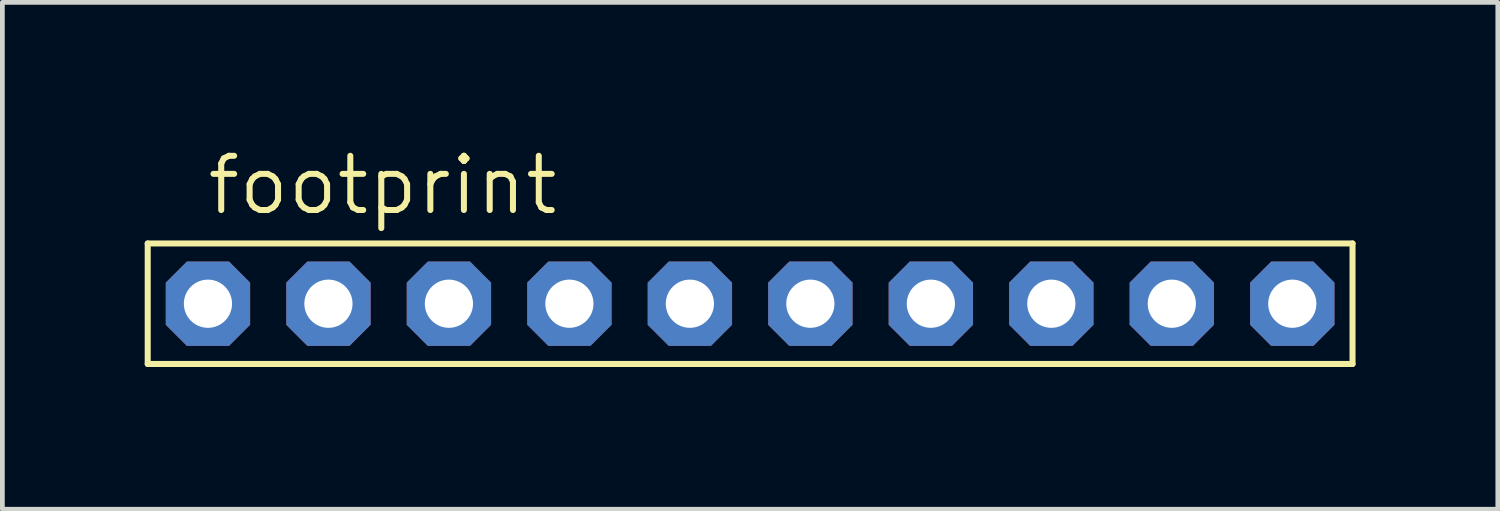
<source format=kicad_pcb>
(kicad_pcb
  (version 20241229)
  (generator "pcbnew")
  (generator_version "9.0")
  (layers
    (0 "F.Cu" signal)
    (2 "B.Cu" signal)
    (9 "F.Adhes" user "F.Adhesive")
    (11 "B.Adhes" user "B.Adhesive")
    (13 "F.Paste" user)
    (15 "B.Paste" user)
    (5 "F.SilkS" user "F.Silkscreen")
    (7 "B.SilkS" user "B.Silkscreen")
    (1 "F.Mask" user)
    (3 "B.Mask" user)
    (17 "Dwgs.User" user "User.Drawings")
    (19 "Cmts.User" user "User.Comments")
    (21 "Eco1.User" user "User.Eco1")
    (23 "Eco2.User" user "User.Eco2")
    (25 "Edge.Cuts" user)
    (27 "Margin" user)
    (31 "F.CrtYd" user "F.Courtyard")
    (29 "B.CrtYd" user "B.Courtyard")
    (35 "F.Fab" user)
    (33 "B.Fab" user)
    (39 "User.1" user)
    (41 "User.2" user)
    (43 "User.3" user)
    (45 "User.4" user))
  (footprint "footprint"
    (layer "F.Cu")
    (at 12.764 3.353)
    (property "Reference" "footprint" (at -11.506 -1.829 0) (layer "F.SilkS") (effects (font (size 1.143 1.143) (thickness 0.127)) (justify left bottom)))
    (fp_line (start -12.7 -1.27) (end 12.7 -1.27) (stroke (width 0.127) (type solid)) (layer "F.SilkS"))
    (fp_line (start -12.7 1.27) (end -12.7 -1.27) (stroke (width 0.127) (type solid)) (layer "F.SilkS"))
    (fp_line (start 12.7 -1.27) (end 12.7 1.27) (stroke (width 0.127) (type solid)) (layer "F.SilkS"))
    (fp_line (start 12.7 1.27) (end -12.7 1.27) (stroke (width 0.127) (type solid)) (layer "F.SilkS"))
    (fp_poly (pts (xy -11.684 0.254) (xy -11.176 0.254) (xy -11.176 -0.254) (xy -11.684 -0.254)) (stroke (width 0.1) (type solid)) (fill no) (layer "F.Fab"))
    (fp_poly (pts (xy -9.144 0.254) (xy -8.636 0.254) (xy -8.636 -0.254) (xy -9.144 -0.254)) (stroke (width 0.1) (type solid)) (fill no) (layer "F.Fab"))
    (fp_poly (pts (xy -6.604 0.254) (xy -6.096 0.254) (xy -6.096 -0.254) (xy -6.604 -0.254)) (stroke (width 0.1) (type solid)) (fill no) (layer "F.Fab"))
    (fp_poly (pts (xy -4.064 0.254) (xy -3.556 0.254) (xy -3.556 -0.254) (xy -4.064 -0.254)) (stroke (width 0.1) (type solid)) (fill no) (layer "F.Fab"))
    (fp_poly (pts (xy -1.524 0.254) (xy -1.016 0.254) (xy -1.016 -0.254) (xy -1.524 -0.254)) (stroke (width 0.1) (type solid)) (fill no) (layer "F.Fab"))
    (fp_poly (pts (xy 1.016 0.254) (xy 1.524 0.254) (xy 1.524 -0.254) (xy 1.016 -0.254)) (stroke (width 0.1) (type solid)) (fill no) (layer "F.Fab"))
    (fp_poly (pts (xy 3.556 0.254) (xy 4.064 0.254) (xy 4.064 -0.254) (xy 3.556 -0.254)) (stroke (width 0.1) (type solid)) (fill no) (layer "F.Fab"))
    (fp_poly (pts (xy 6.096 0.254) (xy 6.604 0.254) (xy 6.604 -0.254) (xy 6.096 -0.254)) (stroke (width 0.1) (type solid)) (fill no) (layer "F.Fab"))
    (fp_poly (pts (xy 8.636 0.254) (xy 9.144 0.254) (xy 9.144 -0.254) (xy 8.636 -0.254)) (stroke (width 0.1) (type solid)) (fill no) (layer "F.Fab"))
    (fp_poly (pts (xy 11.176 0.254) (xy 11.684 0.254) (xy 11.684 -0.254) (xy 11.176 -0.254)) (stroke (width 0.1) (type solid)) (fill no) (layer "F.Fab"))
    (pad "1" thru_hole roundrect (at -11.43 0 90) (size 1.778 1.778) (drill 1.016) (layers "*.Cu" "*.Mask") (roundrect_rratio 0.25) (chamfer_ratio 0.25) (chamfer top_left top_right bottom_left bottom_right))
    (pad "2" thru_hole roundrect (at -8.89 0 90) (size 1.778 1.778) (drill 1.016) (layers "*.Cu" "*.Mask") (roundrect_rratio 0.25) (chamfer_ratio 0.25) (chamfer top_left top_right bottom_left bottom_right))
    (pad "3" thru_hole roundrect (at -6.35 0 90) (size 1.778 1.778) (drill 1.016) (layers "*.Cu" "*.Mask") (roundrect_rratio 0.25) (chamfer_ratio 0.25) (chamfer top_left top_right bottom_left bottom_right))
    (pad "4" thru_hole roundrect (at -3.81 0 90) (size 1.778 1.778) (drill 1.016) (layers "*.Cu" "*.Mask") (roundrect_rratio 0.25) (chamfer_ratio 0.25) (chamfer top_left top_right bottom_left bottom_right))
    (pad "5" thru_hole roundrect (at -1.27 0 90) (size 1.778 1.778) (drill 1.016) (layers "*.Cu" "*.Mask") (roundrect_rratio 0.25) (chamfer_ratio 0.25) (chamfer top_left top_right bottom_left bottom_right))
    (pad "6" thru_hole roundrect (at 1.27 0 90) (size 1.778 1.778) (drill 1.016) (layers "*.Cu" "*.Mask") (roundrect_rratio 0.25) (chamfer_ratio 0.25) (chamfer top_left top_right bottom_left bottom_right))
    (pad "7" thru_hole roundrect (at 3.81 0 90) (size 1.778 1.778) (drill 1.016) (layers "*.Cu" "*.Mask") (roundrect_rratio 0.25) (chamfer_ratio 0.25) (chamfer top_left top_right bottom_left bottom_right))
    (pad "8" thru_hole roundrect (at 6.35 0 90) (size 1.778 1.778) (drill 1.016) (layers "*.Cu" "*.Mask") (roundrect_rratio 0.25) (chamfer_ratio 0.25) (chamfer top_left top_right bottom_left bottom_right))
    (pad "9" thru_hole roundrect (at 8.89 0 90) (size 1.778 1.778) (drill 1.016) (layers "*.Cu" "*.Mask") (roundrect_rratio 0.25) (chamfer_ratio 0.25) (chamfer top_left top_right bottom_left bottom_right))
    (pad "10" thru_hole roundrect (at 11.43 0 90) (size 1.778 1.778) (drill 1.016) (layers "*.Cu" "*.Mask") (roundrect_rratio 0.25) (chamfer_ratio 0.25) (chamfer top_left top_right bottom_left bottom_right)))
  (gr_rect
    (start -3 -3)
    (end 28.527 7.686)
    (stroke (width 0.1) (type default))
    (fill no)
    (layer "Edge.Cuts")))
</source>
